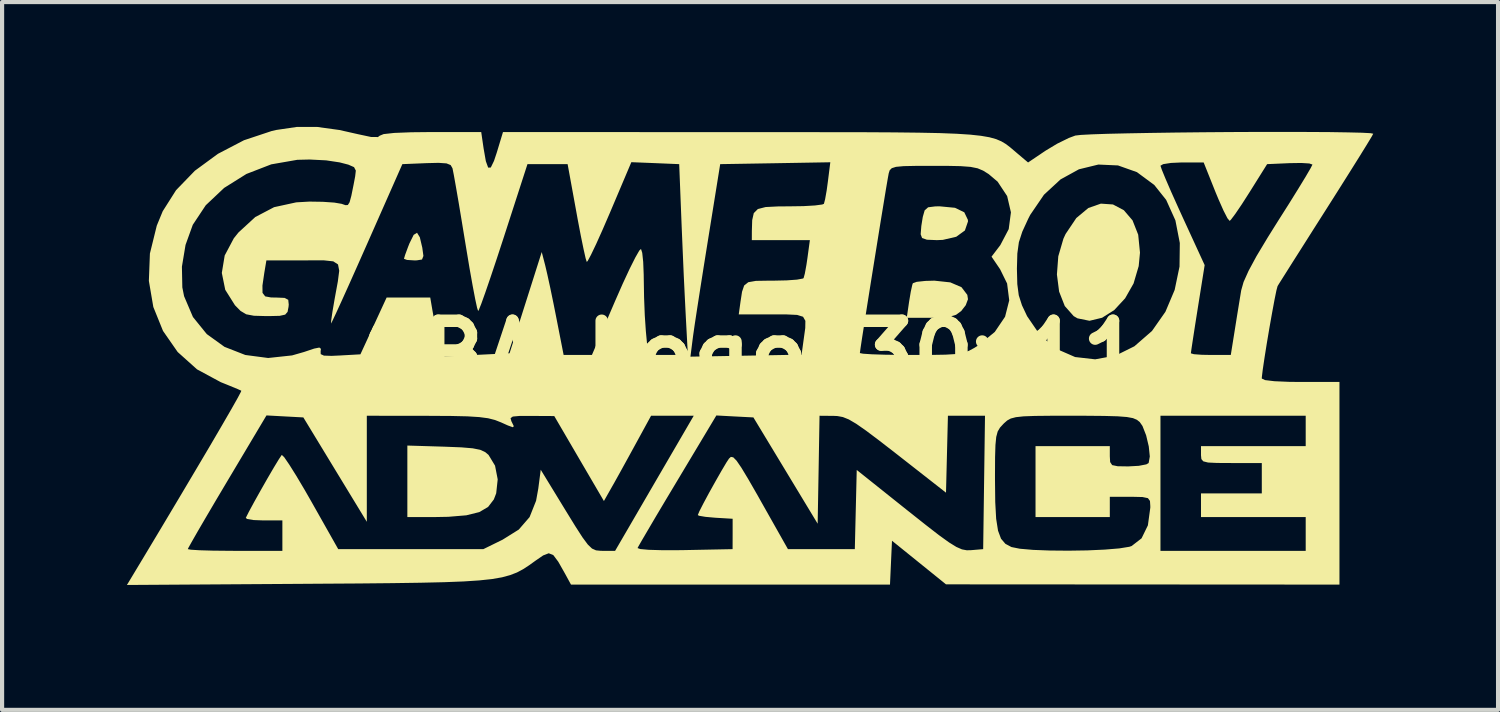
<source format=kicad_pcb>
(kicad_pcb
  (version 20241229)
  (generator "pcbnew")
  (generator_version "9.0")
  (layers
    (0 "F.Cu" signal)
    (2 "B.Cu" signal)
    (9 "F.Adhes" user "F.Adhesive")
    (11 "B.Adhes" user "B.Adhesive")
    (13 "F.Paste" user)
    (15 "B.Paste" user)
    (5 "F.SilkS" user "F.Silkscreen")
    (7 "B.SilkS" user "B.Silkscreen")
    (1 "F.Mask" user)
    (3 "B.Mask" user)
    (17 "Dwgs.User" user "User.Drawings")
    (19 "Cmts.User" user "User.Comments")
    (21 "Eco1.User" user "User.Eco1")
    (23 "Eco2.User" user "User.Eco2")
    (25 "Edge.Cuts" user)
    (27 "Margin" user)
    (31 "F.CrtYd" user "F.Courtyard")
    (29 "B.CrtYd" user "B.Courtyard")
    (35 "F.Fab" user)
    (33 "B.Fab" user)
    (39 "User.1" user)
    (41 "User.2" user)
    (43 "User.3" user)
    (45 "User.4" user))
  (footprint "GBA_Logo_30x11"
    (layer "F.Cu")
    (at 15.015 5.479)
    (property "Reference" "GBA_Logo_30x11" (at 0 0 0) (layer "F.SilkS") (effects (font (size 1.5 1.5) (thickness 0.3))))
    (attr board_only exclude_from_pos_files exclude_from_bom)
    (fp_poly (pts (xy -7.977 -2.827) (xy -7.918 -2.577) (xy -7.891 -2.379) (xy -7.925 -2.293) (xy -8.051 -2.273) (xy -8.111 -2.272) (xy -8.284 -2.283) (xy -8.358 -2.31) (xy -8.358 -2.311) (xy -8.331 -2.404) (xy -8.262 -2.591) (xy -8.226 -2.682) (xy -8.125 -2.886) (xy -8.044 -2.936)) (stroke (width 0) (type solid)) (fill yes) (layer "F.SilkS"))
    (fp_poly (pts (xy -7.387 2.204) (xy -6.983 2.22) (xy -6.708 2.243) (xy -6.527 2.279) (xy -6.407 2.334) (xy -6.326 2.402) (xy -6.17 2.66) (xy -6.106 2.989) (xy -6.142 3.324) (xy -6.199 3.472) (xy -6.337 3.652) (xy -6.549 3.776) (xy -6.86 3.853) (xy -7.293 3.889) (xy -7.608 3.895) (xy -8.277 3.895) (xy -8.277 3.036) (xy -8.277 2.177)) (stroke (width 0) (type solid)) (fill yes) (layer "F.SilkS"))
    (fp_poly (pts (xy 4.769 -1.744) (xy 5.038 -1.628) (xy 5.178 -1.444) (xy 5.194 -1.339) (xy 5.14 -1.195) (xy 5.031 -1.055) (xy 4.908 -0.965) (xy 4.737 -0.915) (xy 4.47 -0.895) (xy 4.296 -0.893) (xy 3.723 -0.893) (xy 3.779 -1.278) (xy 3.819 -1.517) (xy 3.856 -1.686) (xy 3.87 -1.724) (xy 3.963 -1.757) (xy 4.17 -1.779) (xy 4.387 -1.785)) (stroke (width 0) (type solid)) (fill yes) (layer "F.SilkS"))
    (fp_poly (pts (xy 4.882 -3.536) (xy 5.105 -3.428) (xy 5.192 -3.246) (xy 5.194 -3.207) (xy 5.12 -2.991) (xy 4.912 -2.84) (xy 4.589 -2.765) (xy 4.445 -2.759) (xy 4.207 -2.769) (xy 4.091 -2.81) (xy 4.058 -2.897) (xy 4.058 -2.911) (xy 4.073 -3.1) (xy 4.108 -3.317) (xy 4.153 -3.474) (xy 4.236 -3.548) (xy 4.41 -3.57) (xy 4.519 -3.571)) (stroke (width 0) (type solid)) (fill yes) (layer "F.SilkS"))
    (fp_poly (pts (xy 8.678 -3.616) (xy 8.939 -3.478) (xy 9.148 -3.234) (xy 9.284 -2.89) (xy 9.327 -2.458) (xy 9.296 -2.135) (xy 9.173 -1.718) (xy 8.97 -1.361) (xy 8.71 -1.08) (xy 8.417 -0.894) (xy 8.114 -0.821) (xy 7.825 -0.88) (xy 7.734 -0.933) (xy 7.52 -1.175) (xy 7.384 -1.522) (xy 7.331 -1.934) (xy 7.364 -2.371) (xy 7.487 -2.793) (xy 7.539 -2.906) (xy 7.797 -3.29) (xy 8.086 -3.531) (xy 8.387 -3.636)) (stroke (width 0) (type solid)) (fill yes) (layer "F.SilkS"))
    (fp_poly (pts (xy -9.908 -5.405) (xy -9.456 -5.303) (xy -9.151 -5.238) (xy -8.984 -5.236) (xy -8.942 -5.268) (xy -8.847 -5.307) (xy -8.592 -5.335) (xy -8.182 -5.351) (xy -7.707 -5.356) (xy -6.502 -5.356) (xy -6.446 -4.97) (xy -6.391 -4.656) (xy -6.335 -4.501) (xy -6.272 -4.504) (xy -6.195 -4.663) (xy -6.128 -4.864) (xy -5.979 -5.356) (xy -0.251 -5.354) (xy 0.88 -5.354) (xy 1.86 -5.353) (xy 2.702 -5.352) (xy 3.417 -5.348) (xy 4.017 -5.341) (xy 4.514 -5.331) (xy 4.92 -5.315) (xy 5.246 -5.294) (xy 5.505 -5.266) (xy 5.708 -5.231) (xy 5.868 -5.187) (xy 5.995 -5.133) (xy 6.103 -5.069) (xy 6.202 -4.994) (xy 6.305 -4.907) (xy 6.382 -4.841) (xy 6.638 -4.625) (xy 7.056 -4.907) (xy 7.337 -5.076) (xy 7.618 -5.214) (xy 7.774 -5.272) (xy 7.905 -5.287) (xy 8.171 -5.301) (xy 8.552 -5.314) (xy 9.029 -5.325) (xy 9.581 -5.335) (xy 10.189 -5.344) (xy 10.832 -5.351) (xy 11.491 -5.356) (xy 12.145 -5.359) (xy 12.775 -5.359) (xy 13.362 -5.358) (xy 13.883 -5.355) (xy 14.321 -5.348) (xy 14.655 -5.34) (xy 14.865 -5.329) (xy 14.932 -5.316) (xy 14.89 -5.239) (xy 14.772 -5.044) (xy 14.59 -4.75) (xy 14.355 -4.375) (xy 14.079 -3.937) (xy 13.808 -3.51) (xy 13.502 -3.029) (xy 13.224 -2.59) (xy 12.985 -2.214) (xy 12.799 -1.919) (xy 12.677 -1.726) (xy 12.633 -1.654) (xy 12.605 -1.55) (xy 12.559 -1.324) (xy 12.501 -1.011) (xy 12.437 -0.65) (xy 12.374 -0.277) (xy 12.319 0.069) (xy 12.277 0.352) (xy 12.255 0.534) (xy 12.254 0.567) (xy 12.332 0.604) (xy 12.556 0.631) (xy 12.908 0.646) (xy 13.187 0.649) (xy 14.12 0.649) (xy 14.12 3.084) (xy 14.12 5.518) (xy 9.393 5.515) (xy 4.666 5.512) (xy 4.017 4.988) (xy 3.368 4.464) (xy 3.344 4.991) (xy 3.32 5.518) (xy -0.513 5.518) (xy -4.345 5.518) (xy -4.489 5.254) (xy -4.651 4.968) (xy -4.769 4.81) (xy -4.879 4.765) (xy -5.014 4.817) (xy -5.2 4.945) (xy -5.353 5.055) (xy -5.496 5.148) (xy -5.642 5.226) (xy -5.807 5.29) (xy -6.003 5.343) (xy -6.245 5.385) (xy -6.547 5.417) (xy -6.924 5.442) (xy -7.388 5.46) (xy -7.955 5.473) (xy -8.638 5.483) (xy -9.451 5.491) (xy -10.409 5.497) (xy -10.693 5.499) (xy -15.015 5.527) (xy -14.658 4.934) (xy -14.497 4.666) (xy -13.552 4.666) (xy -13.476 4.68) (xy -13.266 4.693) (xy -12.952 4.702) (xy -12.563 4.706) (xy -12.416 4.707) (xy -11.28 4.707) (xy -11.28 4.342) (xy -11.28 3.976) (xy -11.733 3.976) (xy -11.974 3.967) (xy -12.127 3.941) (xy -12.159 3.915) (xy -12.084 3.766) (xy -11.959 3.535) (xy -11.803 3.256) (xy -11.639 2.968) (xy -11.486 2.706) (xy -11.365 2.507) (xy -11.298 2.407) (xy -11.293 2.402) (xy -11.236 2.457) (xy -11.116 2.632) (xy -10.946 2.903) (xy -10.741 3.248) (xy -10.587 3.517) (xy -9.938 4.666) (xy -8.195 4.666) (xy -6.451 4.666) (xy -5.989 4.439) (xy -5.6 4.196) (xy -5.34 3.896) (xy -5.184 3.504) (xy -5.131 3.212) (xy -5.072 2.758) (xy -4.477 3.732) (xy -4.24 4.117) (xy -4.068 4.384) (xy -3.941 4.555) (xy -3.84 4.652) (xy -3.744 4.695) (xy -3.635 4.706) (xy -3.583 4.707) (xy -3.285 4.707) (xy -3.246 4.64) (xy -2.746 4.64) (xy -2.68 4.664) (xy -2.479 4.682) (xy -2.168 4.691) (xy -1.775 4.691) (xy -1.618 4.689) (xy -0.462 4.666) (xy -0.461 4.301) (xy -0.461 3.936) (xy -0.88 3.911) (xy -1.115 3.89) (xy -1.267 3.864) (xy -1.298 3.847) (xy -1.261 3.758) (xy -1.164 3.568) (xy -1.029 3.316) (xy -0.876 3.042) (xy -0.729 2.784) (xy -0.609 2.582) (xy -0.549 2.491) (xy -0.503 2.449) (xy -0.446 2.46) (xy -0.366 2.541) (xy -0.251 2.709) (xy -0.087 2.981) (xy 0.139 3.374) (xy 0.213 3.506) (xy 0.868 4.666) (xy 1.672 4.666) (xy 2.475 4.666) (xy 2.498 3.714) (xy 2.521 2.763) (xy 3.744 3.739) (xy 4.173 4.079) (xy 4.497 4.33) (xy 4.737 4.503) (xy 4.915 4.613) (xy 5.05 4.672) (xy 5.164 4.693) (xy 5.263 4.691) (xy 5.559 4.666) (xy 5.581 3.063) (xy 5.582 2.995) (xy 5.843 2.995) (xy 5.849 3.535) (xy 5.871 3.936) (xy 5.916 4.222) (xy 5.988 4.415) (xy 6.093 4.538) (xy 6.237 4.615) (xy 6.24 4.616) (xy 6.439 4.656) (xy 6.759 4.684) (xy 7.161 4.699) (xy 7.609 4.703) (xy 8.062 4.696) (xy 8.482 4.677) (xy 8.832 4.648) (xy 9.072 4.609) (xy 9.126 4.591) (xy 9.365 4.406) (xy 9.517 4.094) (xy 9.575 3.669) (xy 9.575 3.631) (xy 9.567 3.508) (xy 9.518 3.441) (xy 9.388 3.414) (xy 9.141 3.408) (xy 9.089 3.408) (xy 8.602 3.408) (xy 8.602 3.652) (xy 8.602 3.895) (xy 7.709 3.895) (xy 6.817 3.895) (xy 6.817 3.084) (xy 9.819 3.084) (xy 9.819 4.707) (xy 11.564 4.707) (xy 13.309 4.707) (xy 13.309 4.301) (xy 13.309 3.895) (xy 12.051 3.895) (xy 10.793 3.895) (xy 10.793 3.611) (xy 10.793 3.327) (xy 11.523 3.327) (xy 12.254 3.327) (xy 12.254 2.962) (xy 12.254 2.597) (xy 11.523 2.597) (xy 11.178 2.595) (xy 10.963 2.585) (xy 10.848 2.556) (xy 10.802 2.502) (xy 10.793 2.412) (xy 10.793 2.394) (xy 10.793 2.191) (xy 12.051 2.191) (xy 13.309 2.191) (xy 13.309 1.826) (xy 13.309 1.461) (xy 11.564 1.461) (xy 9.819 1.461) (xy 9.819 3.084) (xy 6.817 3.084) (xy 6.817 3.043) (xy 6.817 2.191) (xy 7.709 2.191) (xy 8.602 2.191) (xy 8.602 2.435) (xy 8.61 2.574) (xy 8.659 2.647) (xy 8.791 2.674) (xy 9.043 2.678) (xy 9.298 2.664) (xy 9.48 2.629) (xy 9.535 2.597) (xy 9.563 2.439) (xy 9.538 2.197) (xy 9.475 1.932) (xy 9.387 1.707) (xy 9.321 1.612) (xy 9.253 1.558) (xy 9.158 1.518) (xy 9.011 1.491) (xy 8.789 1.474) (xy 8.466 1.465) (xy 8.018 1.461) (xy 7.706 1.461) (xy 7.185 1.461) (xy 6.801 1.465) (xy 6.53 1.475) (xy 6.346 1.495) (xy 6.223 1.527) (xy 6.137 1.574) (xy 6.063 1.639) (xy 6.042 1.66) (xy 5.963 1.746) (xy 5.908 1.839) (xy 5.873 1.969) (xy 5.854 2.164) (xy 5.845 2.456) (xy 5.843 2.873) (xy 5.843 2.995) (xy 5.582 2.995) (xy 5.603 1.461) (xy 5.157 1.461) (xy 4.712 1.461) (xy 4.689 2.385) (xy 4.666 3.309) (xy 3.489 2.388) (xy 3.066 2.06) (xy 2.747 1.82) (xy 2.509 1.654) (xy 2.33 1.549) (xy 2.187 1.492) (xy 2.057 1.468) (xy 1.97 1.464) (xy 1.627 1.461) (xy 1.605 2.758) (xy 1.582 4.055) (xy 0.81 2.778) (xy 0.038 1.501) (xy -0.407 1.478) (xy -0.852 1.454) (xy -1.785 3.011) (xy -2.057 3.465) (xy -2.3 3.873) (xy -2.501 4.215) (xy -2.65 4.469) (xy -2.733 4.615) (xy -2.746 4.64) (xy -3.246 4.64) (xy -2.341 3.084) (xy -1.396 1.461) (xy -1.909 1.461) (xy -2.421 1.461) (xy -2.787 2.131) (xy -2.976 2.476) (xy -3.162 2.814) (xy -3.314 3.087) (xy -3.353 3.155) (xy -3.554 3.51) (xy -4.151 2.489) (xy -4.747 1.468) (xy -5.298 1.465) (xy -5.587 1.466) (xy -5.743 1.48) (xy -5.797 1.519) (xy -5.778 1.591) (xy -5.764 1.619) (xy -5.719 1.712) (xy -5.742 1.737) (xy -5.862 1.694) (xy -6.024 1.621) (xy -6.171 1.563) (xy -6.336 1.521) (xy -6.548 1.493) (xy -6.834 1.475) (xy -7.223 1.466) (xy -7.743 1.463) (xy -7.811 1.462) (xy -9.251 1.461) (xy -9.251 2.735) (xy -9.251 4.009) (xy -10.014 2.755) (xy -10.776 1.501) (xy -11.219 1.477) (xy -11.662 1.453) (xy -12.607 3.039) (xy -12.878 3.495) (xy -13.118 3.903) (xy -13.317 4.244) (xy -13.461 4.496) (xy -13.541 4.64) (xy -13.552 4.666) (xy -14.497 4.666) (xy -14.181 4.139) (xy -13.743 3.405) (xy -13.351 2.745) (xy -13.009 2.167) (xy -12.725 1.681) (xy -12.504 1.299) (xy -12.352 1.03) (xy -12.275 0.884) (xy -12.267 0.859) (xy -12.351 0.821) (xy -12.542 0.742) (xy -12.76 0.654) (xy -13.331 0.346) (xy -13.796 -0.071) (xy -14.148 -0.577) (xy -14.381 -1.153) (xy -14.488 -1.78) (xy -14.475 -2.121) (xy -13.694 -2.121) (xy -13.684 -1.624) (xy -13.642 -1.412) (xy -13.429 -0.912) (xy -13.097 -0.502) (xy -12.671 -0.195) (xy -12.171 0.000472) (xy -11.622 0.073) (xy -11.047 0.011) (xy -10.761 -0.071) (xy -10.516 -0.153) (xy -10.391 -0.178) (xy -10.353 -0.147) (xy -10.361 -0.092) (xy -10.359 -0.02) (xy -10.282 0.016) (xy -10.098 0.022) (xy -9.901 0.013) (xy -9.405 -0.015) (xy -9.09 -0.697) (xy -8.775 -1.38) (xy -8.251 -1.38) (xy -7.727 -1.38) (xy -7.675 -1.075) (xy -7.626 -0.804) (xy -7.565 -0.482) (xy -7.543 -0.365) (xy -7.463 0.041) (xy -1.475 0.041) (xy -0.139 0.017) (xy 1.196 -0.007) (xy 1.201 -0.045) (xy 2.597 -0.045) (xy 2.673 -0.03) (xy 2.884 -0.016) (xy 3.202 -0.006) (xy 3.599 -0.001) (xy 3.839 0) (xy 4.314 -0.001) (xy 4.657 -0.007) (xy 4.901 -0.022) (xy 5.076 -0.051) (xy 5.214 -0.098) (xy 5.345 -0.169) (xy 5.449 -0.234) (xy 5.838 -0.553) (xy 6.085 -0.918) (xy 6.185 -1.312) (xy 6.134 -1.717) (xy 5.964 -2.063) (xy 5.962 -2.065) (xy 6.37 -2.065) (xy 6.379 -1.702) (xy 6.414 -1.434) (xy 6.491 -1.194) (xy 6.615 -0.931) (xy 6.927 -0.475) (xy 7.319 -0.146) (xy 7.768 0.05) (xy 8.25 0.105) (xy 8.744 0.014) (xy 9.192 -0.208) (xy 9.615 -0.576) (xy 9.938 -1.037) (xy 10.16 -1.562) (xy 10.277 -2.123) (xy 10.284 -2.69) (xy 10.178 -3.234) (xy 9.956 -3.726) (xy 9.67 -4.085) (xy 9.253 -4.393) (xy 8.818 -4.547) (xy 9.819 -4.547) (xy 9.852 -4.45) (xy 9.941 -4.233) (xy 10.075 -3.923) (xy 10.244 -3.547) (xy 10.35 -3.314) (xy 10.881 -2.159) (xy 10.715 -1.119) (xy 10.653 -0.727) (xy 10.602 -0.397) (xy 10.566 -0.159) (xy 10.55 -0.044) (xy 10.55 -0.039) (xy 10.623 -0.018) (xy 10.814 -0.004) (xy 11.029 0) (xy 11.509 0) (xy 11.603 -0.588) (xy 11.66 -0.946) (xy 11.718 -1.301) (xy 11.759 -1.552) (xy 11.816 -1.753) (xy 11.936 -2.021) (xy 12.126 -2.373) (xy 12.398 -2.826) (xy 12.646 -3.222) (xy 12.905 -3.63) (xy 13.13 -3.992) (xy 13.308 -4.284) (xy 13.426 -4.486) (xy 13.471 -4.574) (xy 13.471 -4.575) (xy 13.397 -4.601) (xy 13.203 -4.613) (xy 12.93 -4.609) (xy 12.927 -4.609) (xy 12.382 -4.585) (xy 11.96 -3.911) (xy 11.775 -3.622) (xy 11.619 -3.392) (xy 11.513 -3.251) (xy 11.482 -3.221) (xy 11.429 -3.284) (xy 11.335 -3.467) (xy 11.215 -3.737) (xy 11.141 -3.915) (xy 10.857 -4.626) (xy 10.338 -4.626) (xy 10.072 -4.614) (xy 9.885 -4.585) (xy 9.819 -4.547) (xy 8.818 -4.547) (xy 8.799 -4.554) (xy 8.327 -4.575) (xy 7.86 -4.461) (xy 7.418 -4.218) (xy 7.02 -3.85) (xy 6.689 -3.365) (xy 6.641 -3.271) (xy 6.499 -2.962) (xy 6.417 -2.709) (xy 6.38 -2.439) (xy 6.37 -2.081) (xy 6.37 -2.065) (xy 5.962 -2.065) (xy 5.76 -2.362) (xy 5.971 -2.639) (xy 6.173 -3.024) (xy 6.226 -3.427) (xy 6.135 -3.818) (xy 5.906 -4.164) (xy 5.691 -4.346) (xy 5.558 -4.429) (xy 5.425 -4.485) (xy 5.256 -4.519) (xy 5.017 -4.537) (xy 4.673 -4.544) (xy 4.365 -4.544) (xy 3.939 -4.543) (xy 3.648 -4.537) (xy 3.465 -4.52) (xy 3.363 -4.488) (xy 3.313 -4.438) (xy 3.289 -4.363) (xy 3.289 -4.362) (xy 3.267 -4.241) (xy 3.224 -3.99) (xy 3.166 -3.636) (xy 3.095 -3.204) (xy 3.017 -2.72) (xy 2.935 -2.21) (xy 2.853 -1.7) (xy 2.776 -1.215) (xy 2.708 -0.782) (xy 2.652 -0.427) (xy 2.614 -0.175) (xy 2.597 -0.052) (xy 2.597 -0.045) (xy 1.201 -0.045) (xy 1.247 -0.38) (xy 1.284 -0.647) (xy 1.287 -0.82) (xy 1.231 -0.918) (xy 1.089 -0.962) (xy 0.835 -0.974) (xy 0.492 -0.974) (xy -0.314 -0.974) (xy -0.272 -1.278) (xy -0.235 -1.519) (xy -0.184 -1.669) (xy -0.085 -1.748) (xy 0.098 -1.78) (xy 0.398 -1.785) (xy 0.52 -1.785) (xy 0.837 -1.792) (xy 1.086 -1.81) (xy 1.227 -1.836) (xy 1.244 -1.846) (xy 1.274 -1.956) (xy 1.313 -2.17) (xy 1.337 -2.333) (xy 1.395 -2.759) (xy 0.697 -2.759) (xy 0 -2.759) (xy 0.001 -2.982) (xy 0.009 -3.239) (xy 0.047 -3.408) (xy 0.145 -3.506) (xy 0.331 -3.554) (xy 0.632 -3.569) (xy 0.897 -3.571) (xy 1.24 -3.576) (xy 1.517 -3.592) (xy 1.691 -3.615) (xy 1.732 -3.631) (xy 1.761 -3.74) (xy 1.799 -3.956) (xy 1.827 -4.161) (xy 1.886 -4.63) (xy 0.563 -4.607) (xy -0.76 -4.585) (xy -1.065 -2.688) (xy -1.155 -2.126) (xy -1.239 -1.593) (xy -1.313 -1.118) (xy -1.372 -0.731) (xy -1.411 -0.46) (xy -1.422 -0.376) (xy -1.475 0.041) (xy -7.463 0.041) (xy -6.642 0) (xy -5.821 -0.041) (xy -5.434 -1.257) (xy -5.048 -2.473) (xy -4.964 -2.15) (xy -4.914 -1.936) (xy -4.843 -1.612) (xy -4.763 -1.225) (xy -4.701 -0.913) (xy -4.522 0) (xy -4.182 0) (xy -3.842 0) (xy -3.286 -1.294) (xy -3.102 -1.712) (xy -2.936 -2.069) (xy -2.799 -2.342) (xy -2.704 -2.508) (xy -2.663 -2.547) (xy -2.633 -2.453) (xy -2.61 -2.236) (xy -2.598 -1.936) (xy -2.596 -1.801) (xy -2.589 -1.387) (xy -2.572 -0.952) (xy -2.547 -0.582) (xy -2.544 -0.548) (xy -2.492 0) (xy -2.015 0) (xy -1.537 0) (xy -1.588 -0.954) (xy -1.61 -1.388) (xy -1.636 -1.925) (xy -1.661 -2.506) (xy -1.685 -3.072) (xy -1.692 -3.246) (xy -1.745 -4.585) (xy -2.32 -4.609) (xy -2.895 -4.632) (xy -3.411 -3.414) (xy -3.586 -3.009) (xy -3.74 -2.666) (xy -3.863 -2.409) (xy -3.942 -2.261) (xy -3.966 -2.235) (xy -3.994 -2.325) (xy -4.043 -2.544) (xy -4.109 -2.865) (xy -4.184 -3.258) (xy -4.215 -3.429) (xy -4.426 -4.585) (xy -4.909 -4.585) (xy -5.391 -4.585) (xy -5.962 -2.821) (xy -6.127 -2.317) (xy -6.277 -1.869) (xy -6.404 -1.499) (xy -6.501 -1.228) (xy -6.561 -1.079) (xy -6.576 -1.056) (xy -6.601 -1.132) (xy -6.647 -1.344) (xy -6.709 -1.67) (xy -6.783 -2.085) (xy -6.863 -2.565) (xy -6.885 -2.698) (xy -6.968 -3.203) (xy -7.044 -3.66) (xy -7.11 -4.042) (xy -7.16 -4.322) (xy -7.19 -4.474) (xy -7.193 -4.487) (xy -7.237 -4.563) (xy -7.336 -4.603) (xy -7.527 -4.616) (xy -7.816 -4.609) (xy -8.397 -4.585) (xy -9.247 -2.661) (xy -9.476 -2.145) (xy -9.682 -1.683) (xy -9.858 -1.293) (xy -9.994 -0.996) (xy -10.082 -0.81) (xy -10.112 -0.754) (xy -10.106 -0.836) (xy -10.077 -1.037) (xy -10.029 -1.318) (xy -10.018 -1.38) (xy -9.947 -1.767) (xy -9.914 -2.023) (xy -9.943 -2.175) (xy -10.057 -2.249) (xy -10.279 -2.273) (xy -10.632 -2.273) (xy -10.782 -2.272) (xy -11.664 -2.272) (xy -11.715 -1.968) (xy -11.759 -1.667) (xy -11.757 -1.491) (xy -11.692 -1.407) (xy -11.55 -1.381) (xy -11.437 -1.38) (xy -11.228 -1.371) (xy -11.139 -1.325) (xy -11.127 -1.21) (xy -11.132 -1.156) (xy -11.155 -1.035) (xy -11.213 -0.969) (xy -11.345 -0.94) (xy -11.59 -0.934) (xy -11.673 -0.934) (xy -11.964 -0.942) (xy -12.149 -0.977) (xy -12.285 -1.058) (xy -12.419 -1.194) (xy -12.653 -1.566) (xy -12.735 -1.971) (xy -12.666 -2.39) (xy -12.447 -2.803) (xy -12.335 -2.943) (xy -11.931 -3.314) (xy -11.479 -3.551) (xy -10.946 -3.667) (xy -10.631 -3.685) (xy -10.308 -3.68) (xy -10.031 -3.661) (xy -9.855 -3.631) (xy -9.847 -3.628) (xy -9.763 -3.599) (xy -9.707 -3.603) (xy -9.665 -3.669) (xy -9.623 -3.824) (xy -9.568 -4.096) (xy -9.531 -4.292) (xy -9.515 -4.43) (xy -9.558 -4.513) (xy -9.695 -4.573) (xy -9.904 -4.627) (xy -10.228 -4.676) (xy -10.625 -4.696) (xy -10.921 -4.689) (xy -11.547 -4.58) (xy -12.144 -4.349) (xy -12.679 -4.014) (xy -13.121 -3.597) (xy -13.433 -3.127) (xy -13.607 -2.644) (xy -13.694 -2.121) (xy -14.475 -2.121) (xy -14.463 -2.437) (xy -14.298 -3.107) (xy -14.155 -3.454) (xy -13.834 -3.96) (xy -13.382 -4.427) (xy -12.828 -4.833) (xy -12.203 -5.159) (xy -11.536 -5.381) (xy -11.422 -5.407) (xy -10.932 -5.479) (xy -10.445 -5.479)) (stroke (width 0) (type solid)) (fill yes) (layer "F.SilkS")))
  (gr_rect
    (start -3 -3)
    (end 32.946 14.007)
    (stroke (width 0.1) (type default))
    (fill no)
    (layer "Edge.Cuts")))
</source>
